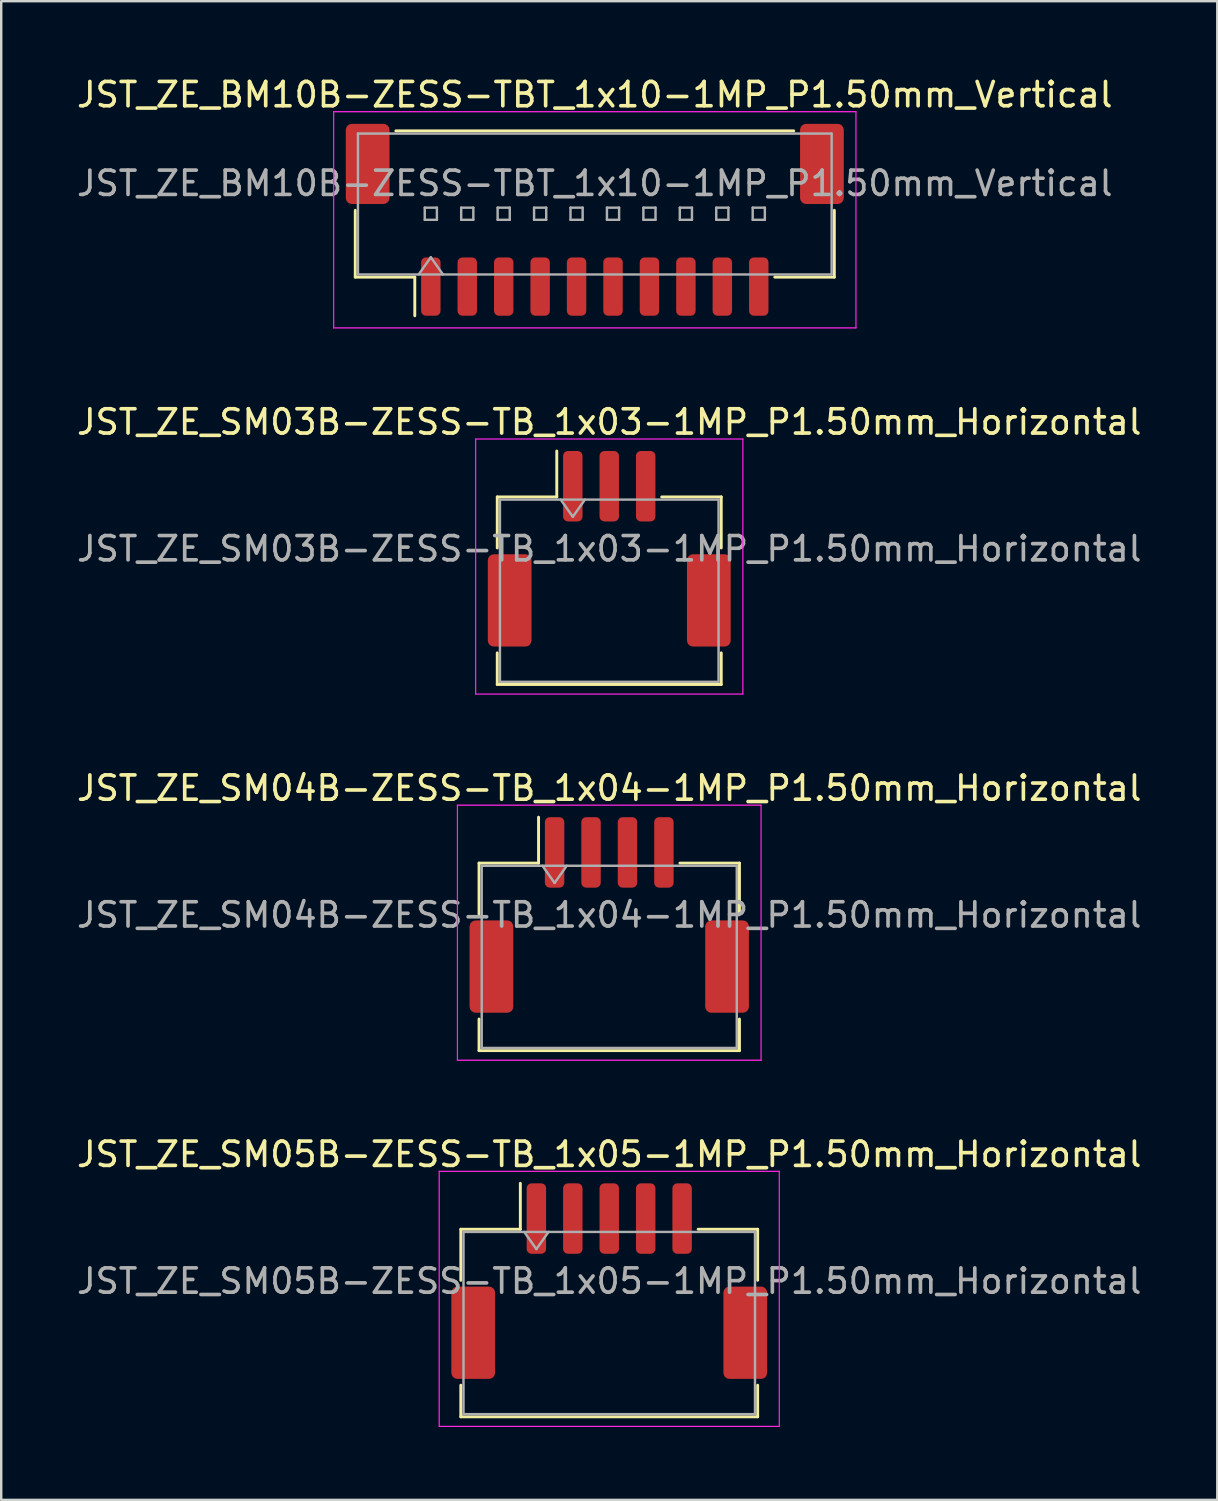
<source format=kicad_pcb>
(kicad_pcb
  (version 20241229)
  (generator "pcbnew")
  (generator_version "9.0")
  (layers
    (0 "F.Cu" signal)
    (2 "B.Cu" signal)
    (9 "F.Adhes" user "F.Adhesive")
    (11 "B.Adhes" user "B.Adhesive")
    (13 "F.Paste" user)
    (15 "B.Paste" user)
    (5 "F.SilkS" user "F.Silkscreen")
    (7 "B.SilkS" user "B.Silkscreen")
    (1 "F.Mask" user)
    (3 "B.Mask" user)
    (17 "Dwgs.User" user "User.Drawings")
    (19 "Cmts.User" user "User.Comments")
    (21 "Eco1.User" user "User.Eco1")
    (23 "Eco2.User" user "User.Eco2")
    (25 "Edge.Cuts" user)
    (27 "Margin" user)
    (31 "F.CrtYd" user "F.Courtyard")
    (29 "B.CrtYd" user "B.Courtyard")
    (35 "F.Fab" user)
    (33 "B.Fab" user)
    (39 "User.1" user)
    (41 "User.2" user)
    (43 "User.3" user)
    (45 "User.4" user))
  (footprint "JST_ZE_SM03B-ZESS-TB_1x03-1MP_P1.50mm_Horizontal"
    (layer "F.Cu")
    (at 22.03 19.541)
    (property "Reference" "JST_ZE_SM03B-ZESS-TB_1x03-1MP_P1.50mm_Horizontal" (at 0 -5.22 0) (layer "F.SilkS") (effects (font (size 1 1) (thickness 0.15))))
    (attr smd)
    (fp_line (start -4.61 -2.135) (end -2.16 -2.135) (stroke (width 0.12) (type solid)) (layer "F.SilkS"))
    (fp_line (start -4.61 -0.035) (end -4.61 -2.135) (stroke (width 0.12) (type solid)) (layer "F.SilkS"))
    (fp_line (start -4.61 4.285) (end -4.61 5.585) (stroke (width 0.12) (type solid)) (layer "F.SilkS"))
    (fp_line (start -4.61 5.585) (end 4.61 5.585) (stroke (width 0.12) (type solid)) (layer "F.SilkS"))
    (fp_line (start -2.16 -2.135) (end -2.16 -4.025) (stroke (width 0.12) (type solid)) (layer "F.SilkS"))
    (fp_line (start 4.61 -2.135) (end 2.16 -2.135) (stroke (width 0.12) (type solid)) (layer "F.SilkS"))
    (fp_line (start 4.61 -0.035) (end 4.61 -2.135) (stroke (width 0.12) (type solid)) (layer "F.SilkS"))
    (fp_line (start 4.61 5.585) (end 4.61 4.285) (stroke (width 0.12) (type solid)) (layer "F.SilkS"))
    (fp_line (start -5.5 -4.52) (end -5.5 5.98) (stroke (width 0.05) (type solid)) (layer "F.CrtYd"))
    (fp_line (start -5.5 5.98) (end 5.5 5.98) (stroke (width 0.05) (type solid)) (layer "F.CrtYd"))
    (fp_line (start 5.5 -4.52) (end -5.5 -4.52) (stroke (width 0.05) (type solid)) (layer "F.CrtYd"))
    (fp_line (start 5.5 5.98) (end 5.5 -4.52) (stroke (width 0.05) (type solid)) (layer "F.CrtYd"))
    (fp_line (start -4.5 -2.025) (end -4.5 5.475) (stroke (width 0.1) (type solid)) (layer "F.Fab"))
    (fp_line (start -4.5 -2.025) (end 4.5 -2.025) (stroke (width 0.1) (type solid)) (layer "F.Fab"))
    (fp_line (start -4.5 5.475) (end 4.5 5.475) (stroke (width 0.1) (type solid)) (layer "F.Fab"))
    (fp_line (start -2 -2.025) (end -1.5 -1.318) (stroke (width 0.1) (type solid)) (layer "F.Fab"))
    (fp_line (start -1.5 -1.318) (end -1 -2.025) (stroke (width 0.1) (type solid)) (layer "F.Fab"))
    (fp_line (start 4.5 -2.025) (end 4.5 5.475) (stroke (width 0.1) (type solid)) (layer "F.Fab"))
    (fp_text user "${REFERENCE}" (at 0 0 0) (layer "F.Fab") (effects (font (size 1 1) (thickness 0.15))))
    (pad "1" smd roundrect (at -1.5 -2.575) (size 0.8 2.9) (layers "F.Cu" "F.Mask" "F.Paste") (roundrect_rratio 0.25))
    (pad "2" smd roundrect (at 0 -2.575) (size 0.8 2.9) (layers "F.Cu" "F.Mask" "F.Paste") (roundrect_rratio 0.25))
    (pad "3" smd roundrect (at 1.5 -2.575) (size 0.8 2.9) (layers "F.Cu" "F.Mask" "F.Paste") (roundrect_rratio 0.25))
    (pad "MP" smd roundrect (at -4.1 2.125) (size 1.8 3.8) (layers "F.Cu" "F.Mask" "F.Paste") (roundrect_rratio 0.139))
    (pad "MP" smd roundrect (at 4.1 2.125) (size 1.8 3.8) (layers "F.Cu" "F.Mask" "F.Paste") (roundrect_rratio 0.139)))
  (footprint "JST_ZE_SM05B-ZESS-TB_1x05-1MP_P1.50mm_Horizontal"
    (layer "F.Cu")
    (at 22.03 49.688)
    (property "Reference" "JST_ZE_SM05B-ZESS-TB_1x05-1MP_P1.50mm_Horizontal" (at 0 -5.22 0) (layer "F.SilkS") (effects (font (size 1 1) (thickness 0.15))))
    (attr smd)
    (fp_line (start -6.11 -2.135) (end -3.66 -2.135) (stroke (width 0.12) (type solid)) (layer "F.SilkS"))
    (fp_line (start -6.11 -0.035) (end -6.11 -2.135) (stroke (width 0.12) (type solid)) (layer "F.SilkS"))
    (fp_line (start -6.11 4.285) (end -6.11 5.585) (stroke (width 0.12) (type solid)) (layer "F.SilkS"))
    (fp_line (start -6.11 5.585) (end 6.11 5.585) (stroke (width 0.12) (type solid)) (layer "F.SilkS"))
    (fp_line (start -3.66 -2.135) (end -3.66 -4.025) (stroke (width 0.12) (type solid)) (layer "F.SilkS"))
    (fp_line (start 6.11 -2.135) (end 3.66 -2.135) (stroke (width 0.12) (type solid)) (layer "F.SilkS"))
    (fp_line (start 6.11 -0.035) (end 6.11 -2.135) (stroke (width 0.12) (type solid)) (layer "F.SilkS"))
    (fp_line (start 6.11 5.585) (end 6.11 4.285) (stroke (width 0.12) (type solid)) (layer "F.SilkS"))
    (fp_line (start -7 -4.52) (end -7 5.98) (stroke (width 0.05) (type solid)) (layer "F.CrtYd"))
    (fp_line (start -7 5.98) (end 7 5.98) (stroke (width 0.05) (type solid)) (layer "F.CrtYd"))
    (fp_line (start 7 -4.52) (end -7 -4.52) (stroke (width 0.05) (type solid)) (layer "F.CrtYd"))
    (fp_line (start 7 5.98) (end 7 -4.52) (stroke (width 0.05) (type solid)) (layer "F.CrtYd"))
    (fp_line (start -6 -2.025) (end -6 5.475) (stroke (width 0.1) (type solid)) (layer "F.Fab"))
    (fp_line (start -6 -2.025) (end 6 -2.025) (stroke (width 0.1) (type solid)) (layer "F.Fab"))
    (fp_line (start -6 5.475) (end 6 5.475) (stroke (width 0.1) (type solid)) (layer "F.Fab"))
    (fp_line (start -3.5 -2.025) (end -3 -1.318) (stroke (width 0.1) (type solid)) (layer "F.Fab"))
    (fp_line (start -3 -1.318) (end -2.5 -2.025) (stroke (width 0.1) (type solid)) (layer "F.Fab"))
    (fp_line (start 6 -2.025) (end 6 5.475) (stroke (width 0.1) (type solid)) (layer "F.Fab"))
    (fp_text user "${REFERENCE}" (at 0 0 0) (layer "F.Fab") (effects (font (size 1 1) (thickness 0.15))))
    (pad "1" smd roundrect (at -3 -2.575) (size 0.8 2.9) (layers "F.Cu" "F.Mask" "F.Paste") (roundrect_rratio 0.25))
    (pad "2" smd roundrect (at -1.5 -2.575) (size 0.8 2.9) (layers "F.Cu" "F.Mask" "F.Paste") (roundrect_rratio 0.25))
    (pad "3" smd roundrect (at 0 -2.575) (size 0.8 2.9) (layers "F.Cu" "F.Mask" "F.Paste") (roundrect_rratio 0.25))
    (pad "4" smd roundrect (at 1.5 -2.575) (size 0.8 2.9) (layers "F.Cu" "F.Mask" "F.Paste") (roundrect_rratio 0.25))
    (pad "5" smd roundrect (at 3 -2.575) (size 0.8 2.9) (layers "F.Cu" "F.Mask" "F.Paste") (roundrect_rratio 0.25))
    (pad "MP" smd roundrect (at -5.6 2.125) (size 1.8 3.8) (layers "F.Cu" "F.Mask" "F.Paste") (roundrect_rratio 0.139))
    (pad "MP" smd roundrect (at 5.6 2.125) (size 1.8 3.8) (layers "F.Cu" "F.Mask" "F.Paste") (roundrect_rratio 0.139)))
  (footprint "JST_ZE_SM04B-ZESS-TB_1x04-1MP_P1.50mm_Horizontal"
    (layer "F.Cu")
    (at 22.03 34.615)
    (property "Reference" "JST_ZE_SM04B-ZESS-TB_1x04-1MP_P1.50mm_Horizontal" (at 0 -5.22 0) (layer "F.SilkS") (effects (font (size 1 1) (thickness 0.15))))
    (attr smd)
    (fp_line (start -5.36 -2.135) (end -2.91 -2.135) (stroke (width 0.12) (type solid)) (layer "F.SilkS"))
    (fp_line (start -5.36 -0.035) (end -5.36 -2.135) (stroke (width 0.12) (type solid)) (layer "F.SilkS"))
    (fp_line (start -5.36 4.285) (end -5.36 5.585) (stroke (width 0.12) (type solid)) (layer "F.SilkS"))
    (fp_line (start -5.36 5.585) (end 5.36 5.585) (stroke (width 0.12) (type solid)) (layer "F.SilkS"))
    (fp_line (start -2.91 -2.135) (end -2.91 -4.025) (stroke (width 0.12) (type solid)) (layer "F.SilkS"))
    (fp_line (start 5.36 -2.135) (end 2.91 -2.135) (stroke (width 0.12) (type solid)) (layer "F.SilkS"))
    (fp_line (start 5.36 -0.035) (end 5.36 -2.135) (stroke (width 0.12) (type solid)) (layer "F.SilkS"))
    (fp_line (start 5.36 5.585) (end 5.36 4.285) (stroke (width 0.12) (type solid)) (layer "F.SilkS"))
    (fp_line (start -6.25 -4.52) (end -6.25 5.98) (stroke (width 0.05) (type solid)) (layer "F.CrtYd"))
    (fp_line (start -6.25 5.98) (end 6.25 5.98) (stroke (width 0.05) (type solid)) (layer "F.CrtYd"))
    (fp_line (start 6.25 -4.52) (end -6.25 -4.52) (stroke (width 0.05) (type solid)) (layer "F.CrtYd"))
    (fp_line (start 6.25 5.98) (end 6.25 -4.52) (stroke (width 0.05) (type solid)) (layer "F.CrtYd"))
    (fp_line (start -5.25 -2.025) (end -5.25 5.475) (stroke (width 0.1) (type solid)) (layer "F.Fab"))
    (fp_line (start -5.25 -2.025) (end 5.25 -2.025) (stroke (width 0.1) (type solid)) (layer "F.Fab"))
    (fp_line (start -5.25 5.475) (end 5.25 5.475) (stroke (width 0.1) (type solid)) (layer "F.Fab"))
    (fp_line (start -2.75 -2.025) (end -2.25 -1.318) (stroke (width 0.1) (type solid)) (layer "F.Fab"))
    (fp_line (start -2.25 -1.318) (end -1.75 -2.025) (stroke (width 0.1) (type solid)) (layer "F.Fab"))
    (fp_line (start 5.25 -2.025) (end 5.25 5.475) (stroke (width 0.1) (type solid)) (layer "F.Fab"))
    (fp_text user "${REFERENCE}" (at 0 0 0) (layer "F.Fab") (effects (font (size 1 1) (thickness 0.15))))
    (pad "1" smd roundrect (at -2.25 -2.575) (size 0.8 2.9) (layers "F.Cu" "F.Mask" "F.Paste") (roundrect_rratio 0.25))
    (pad "2" smd roundrect (at -0.75 -2.575) (size 0.8 2.9) (layers "F.Cu" "F.Mask" "F.Paste") (roundrect_rratio 0.25))
    (pad "3" smd roundrect (at 0.75 -2.575) (size 0.8 2.9) (layers "F.Cu" "F.Mask" "F.Paste") (roundrect_rratio 0.25))
    (pad "4" smd roundrect (at 2.25 -2.575) (size 0.8 2.9) (layers "F.Cu" "F.Mask" "F.Paste") (roundrect_rratio 0.25))
    (pad "MP" smd roundrect (at -4.85 2.125) (size 1.8 3.8) (layers "F.Cu" "F.Mask" "F.Paste") (roundrect_rratio 0.139))
    (pad "MP" smd roundrect (at 4.85 2.125) (size 1.8 3.8) (layers "F.Cu" "F.Mask" "F.Paste") (roundrect_rratio 0.139)))
  (footprint "JST_ZE_BM10B-ZESS-TBT_1x10-1MP_P1.50mm_Vertical"
    (layer "F.Cu")
    (at 21.435 5.998)
    (property "Reference" "JST_ZE_BM10B-ZESS-TBT_1x10-1MP_P1.50mm_Vertical" (at 0 -5.15 0) (layer "F.SilkS") (effects (font (size 1 1) (thickness 0.15))))
    (attr smd)
    (fp_line (start -9.86 -0.39) (end -9.86 2.36) (stroke (width 0.12) (type solid)) (layer "F.SilkS"))
    (fp_line (start -9.86 2.36) (end -7.41 2.36) (stroke (width 0.12) (type solid)) (layer "F.SilkS"))
    (fp_line (start -8.19 -3.66) (end 8.19 -3.66) (stroke (width 0.12) (type solid)) (layer "F.SilkS"))
    (fp_line (start -7.41 2.36) (end -7.41 3.95) (stroke (width 0.12) (type solid)) (layer "F.SilkS"))
    (fp_line (start 9.86 -0.39) (end 9.86 2.36) (stroke (width 0.12) (type solid)) (layer "F.SilkS"))
    (fp_line (start 9.86 2.36) (end 7.41 2.36) (stroke (width 0.12) (type solid)) (layer "F.SilkS"))
    (fp_line (start -10.75 -4.45) (end -10.75 4.45) (stroke (width 0.05) (type solid)) (layer "F.CrtYd"))
    (fp_line (start -10.75 4.45) (end 10.75 4.45) (stroke (width 0.05) (type solid)) (layer "F.CrtYd"))
    (fp_line (start 10.75 -4.45) (end -10.75 -4.45) (stroke (width 0.05) (type solid)) (layer "F.CrtYd"))
    (fp_line (start 10.75 4.45) (end 10.75 -4.45) (stroke (width 0.05) (type solid)) (layer "F.CrtYd"))
    (fp_line (start -9.75 -3.55) (end 9.75 -3.55) (stroke (width 0.1) (type solid)) (layer "F.Fab"))
    (fp_line (start -9.75 2.25) (end -9.75 -3.55) (stroke (width 0.1) (type solid)) (layer "F.Fab"))
    (fp_line (start -9.75 2.25) (end 9.75 2.25) (stroke (width 0.1) (type solid)) (layer "F.Fab"))
    (fp_line (start -7.25 2.25) (end -6.75 1.543) (stroke (width 0.1) (type solid)) (layer "F.Fab"))
    (fp_line (start -7 -0.5) (end -7 0) (stroke (width 0.1) (type solid)) (layer "F.Fab"))
    (fp_line (start -7 0) (end -6.5 0) (stroke (width 0.1) (type solid)) (layer "F.Fab"))
    (fp_line (start -6.75 1.543) (end -6.25 2.25) (stroke (width 0.1) (type solid)) (layer "F.Fab"))
    (fp_line (start -6.5 -0.5) (end -7 -0.5) (stroke (width 0.1) (type solid)) (layer "F.Fab"))
    (fp_line (start -6.5 0) (end -6.5 -0.5) (stroke (width 0.1) (type solid)) (layer "F.Fab"))
    (fp_line (start -5.5 -0.5) (end -5.5 0) (stroke (width 0.1) (type solid)) (layer "F.Fab"))
    (fp_line (start -5.5 0) (end -5 0) (stroke (width 0.1) (type solid)) (layer "F.Fab"))
    (fp_line (start -5 -0.5) (end -5.5 -0.5) (stroke (width 0.1) (type solid)) (layer "F.Fab"))
    (fp_line (start -5 0) (end -5 -0.5) (stroke (width 0.1) (type solid)) (layer "F.Fab"))
    (fp_line (start -4 -0.5) (end -4 0) (stroke (width 0.1) (type solid)) (layer "F.Fab"))
    (fp_line (start -4 0) (end -3.5 0) (stroke (width 0.1) (type solid)) (layer "F.Fab"))
    (fp_line (start -3.5 -0.5) (end -4 -0.5) (stroke (width 0.1) (type solid)) (layer "F.Fab"))
    (fp_line (start -3.5 0) (end -3.5 -0.5) (stroke (width 0.1) (type solid)) (layer "F.Fab"))
    (fp_line (start -2.5 -0.5) (end -2.5 0) (stroke (width 0.1) (type solid)) (layer "F.Fab"))
    (fp_line (start -2.5 0) (end -2 0) (stroke (width 0.1) (type solid)) (layer "F.Fab"))
    (fp_line (start -2 -0.5) (end -2.5 -0.5) (stroke (width 0.1) (type solid)) (layer "F.Fab"))
    (fp_line (start -2 0) (end -2 -0.5) (stroke (width 0.1) (type solid)) (layer "F.Fab"))
    (fp_line (start -1 -0.5) (end -1 0) (stroke (width 0.1) (type solid)) (layer "F.Fab"))
    (fp_line (start -1 0) (end -0.5 0) (stroke (width 0.1) (type solid)) (layer "F.Fab"))
    (fp_line (start -0.5 -0.5) (end -1 -0.5) (stroke (width 0.1) (type solid)) (layer "F.Fab"))
    (fp_line (start -0.5 0) (end -0.5 -0.5) (stroke (width 0.1) (type solid)) (layer "F.Fab"))
    (fp_line (start 0.5 -0.5) (end 0.5 0) (stroke (width 0.1) (type solid)) (layer "F.Fab"))
    (fp_line (start 0.5 0) (end 1 0) (stroke (width 0.1) (type solid)) (layer "F.Fab"))
    (fp_line (start 1 -0.5) (end 0.5 -0.5) (stroke (width 0.1) (type solid)) (layer "F.Fab"))
    (fp_line (start 1 0) (end 1 -0.5) (stroke (width 0.1) (type solid)) (layer "F.Fab"))
    (fp_line (start 2 -0.5) (end 2 0) (stroke (width 0.1) (type solid)) (layer "F.Fab"))
    (fp_line (start 2 0) (end 2.5 0) (stroke (width 0.1) (type solid)) (layer "F.Fab"))
    (fp_line (start 2.5 -0.5) (end 2 -0.5) (stroke (width 0.1) (type solid)) (layer "F.Fab"))
    (fp_line (start 2.5 0) (end 2.5 -0.5) (stroke (width 0.1) (type solid)) (layer "F.Fab"))
    (fp_line (start 3.5 -0.5) (end 3.5 0) (stroke (width 0.1) (type solid)) (layer "F.Fab"))
    (fp_line (start 3.5 0) (end 4 0) (stroke (width 0.1) (type solid)) (layer "F.Fab"))
    (fp_line (start 4 -0.5) (end 3.5 -0.5) (stroke (width 0.1) (type solid)) (layer "F.Fab"))
    (fp_line (start 4 0) (end 4 -0.5) (stroke (width 0.1) (type solid)) (layer "F.Fab"))
    (fp_line (start 5 -0.5) (end 5 0) (stroke (width 0.1) (type solid)) (layer "F.Fab"))
    (fp_line (start 5 0) (end 5.5 0) (stroke (width 0.1) (type solid)) (layer "F.Fab"))
    (fp_line (start 5.5 -0.5) (end 5 -0.5) (stroke (width 0.1) (type solid)) (layer "F.Fab"))
    (fp_line (start 5.5 0) (end 5.5 -0.5) (stroke (width 0.1) (type solid)) (layer "F.Fab"))
    (fp_line (start 6.5 -0.5) (end 6.5 0) (stroke (width 0.1) (type solid)) (layer "F.Fab"))
    (fp_line (start 6.5 0) (end 7 0) (stroke (width 0.1) (type solid)) (layer "F.Fab"))
    (fp_line (start 7 -0.5) (end 6.5 -0.5) (stroke (width 0.1) (type solid)) (layer "F.Fab"))
    (fp_line (start 7 0) (end 7 -0.5) (stroke (width 0.1) (type solid)) (layer "F.Fab"))
    (fp_line (start 9.75 2.25) (end 9.75 -3.55) (stroke (width 0.1) (type solid)) (layer "F.Fab"))
    (fp_text user "${REFERENCE}" (at 0 -1.5 0) (layer "F.Fab") (effects (font (size 1 1) (thickness 0.15))))
    (pad "1" smd roundrect (at -6.75 2.75) (size 0.8 2.4) (layers "F.Cu" "F.Mask" "F.Paste") (roundrect_rratio 0.25))
    (pad "2" smd roundrect (at -5.25 2.75) (size 0.8 2.4) (layers "F.Cu" "F.Mask" "F.Paste") (roundrect_rratio 0.25))
    (pad "3" smd roundrect (at -3.75 2.75) (size 0.8 2.4) (layers "F.Cu" "F.Mask" "F.Paste") (roundrect_rratio 0.25))
    (pad "4" smd roundrect (at -2.25 2.75) (size 0.8 2.4) (layers "F.Cu" "F.Mask" "F.Paste") (roundrect_rratio 0.25))
    (pad "5" smd roundrect (at -0.75 2.75) (size 0.8 2.4) (layers "F.Cu" "F.Mask" "F.Paste") (roundrect_rratio 0.25))
    (pad "6" smd roundrect (at 0.75 2.75) (size 0.8 2.4) (layers "F.Cu" "F.Mask" "F.Paste") (roundrect_rratio 0.25))
    (pad "7" smd roundrect (at 2.25 2.75) (size 0.8 2.4) (layers "F.Cu" "F.Mask" "F.Paste") (roundrect_rratio 0.25))
    (pad "8" smd roundrect (at 3.75 2.75) (size 0.8 2.4) (layers "F.Cu" "F.Mask" "F.Paste") (roundrect_rratio 0.25))
    (pad "9" smd roundrect (at 5.25 2.75) (size 0.8 2.4) (layers "F.Cu" "F.Mask" "F.Paste") (roundrect_rratio 0.25))
    (pad "10" smd roundrect (at 6.75 2.75) (size 0.8 2.4) (layers "F.Cu" "F.Mask" "F.Paste") (roundrect_rratio 0.25))
    (pad "MP" smd roundrect (at -9.35 -2.3) (size 1.8 3.3) (layers "F.Cu" "F.Mask" "F.Paste") (roundrect_rratio 0.139))
    (pad "MP" smd roundrect (at 9.35 -2.3) (size 1.8 3.3) (layers "F.Cu" "F.Mask" "F.Paste") (roundrect_rratio 0.139)))
  (gr_rect
    (start -3 -3)
    (end 47.06 58.693)
    (stroke (width 0.1) (type default))
    (fill no)
    (layer "Edge.Cuts")))
</source>
